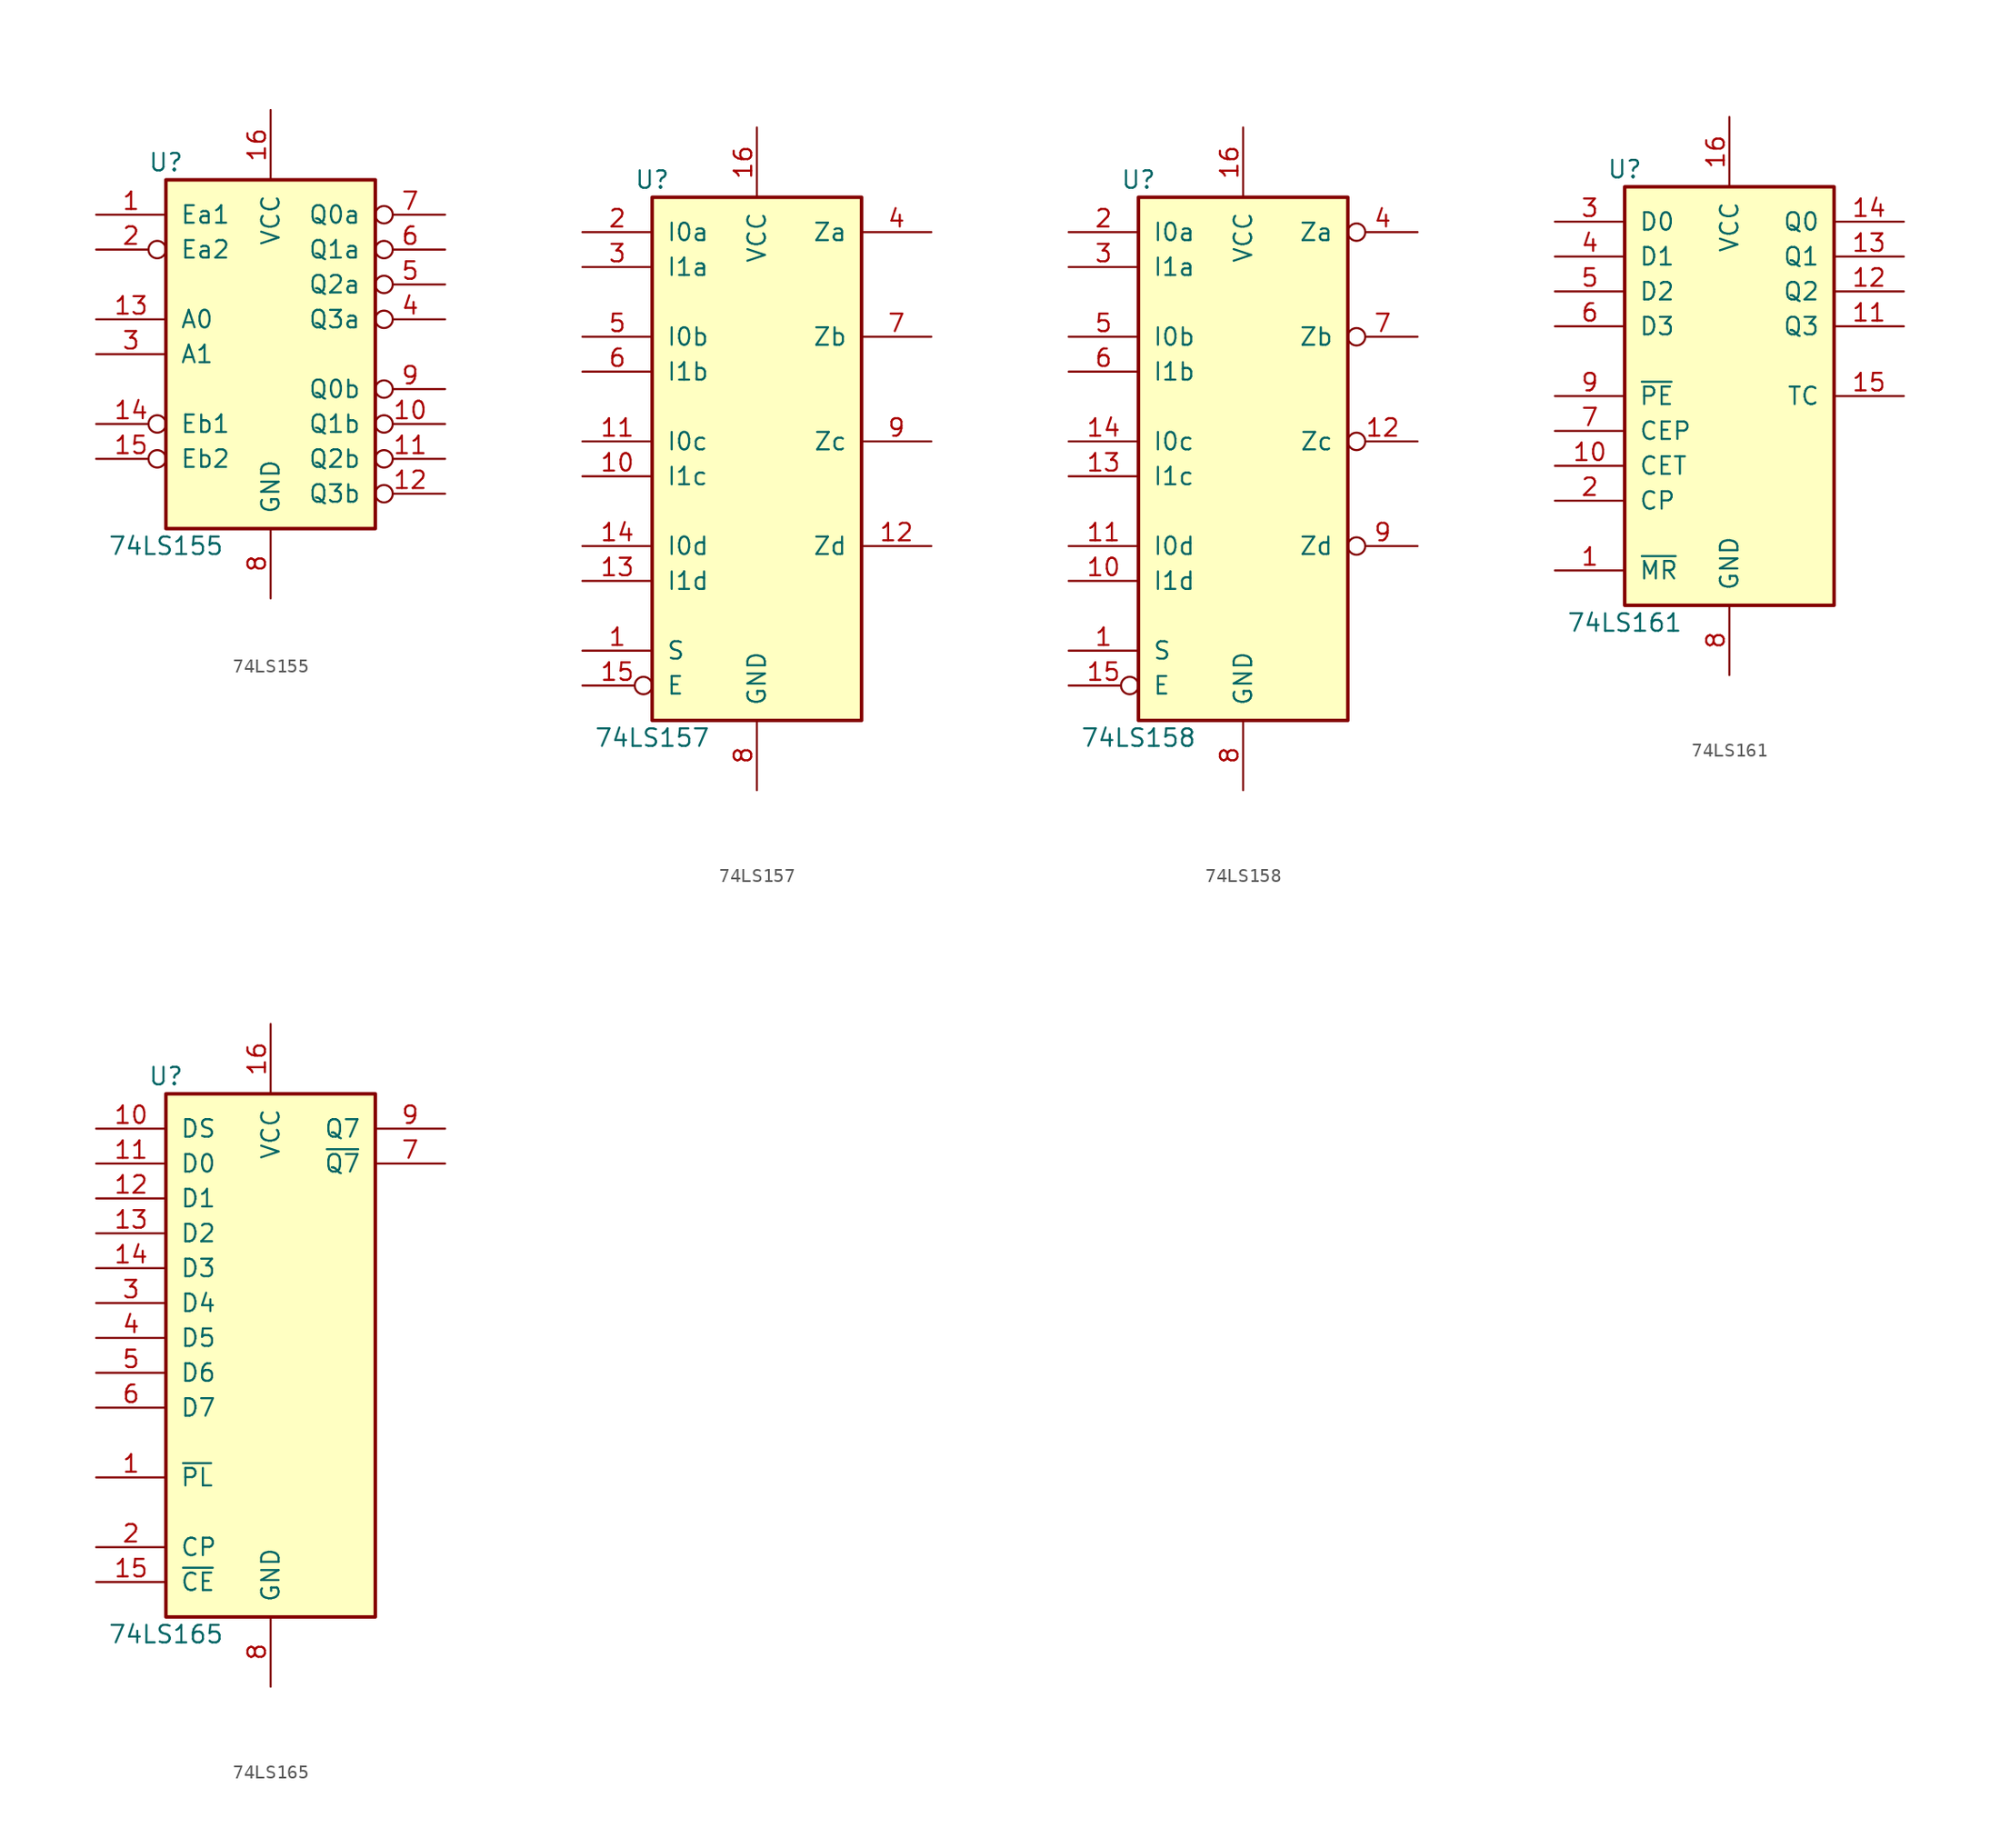
<source format=kicad_sym>
(kicad_symbol_lib
  (version 20201005)
  (generator kicad_symbol_editor)
  (symbol "74LS155"
    (pin_names
      (offset 1.016))
    (property "Reference" "U"
      (at -7.62 13.97 0)
      (effects (font (size 1.27 1.27))))
    (property "Value" "74LS155"
      (at -7.62 -13.97 0)
      (effects (font (size 1.27 1.27))))
    (property "ki_locked" ""
      (at 0 0 0)
      (effects (font (size 1.27 1.27))))
    (symbol "74LS155_1_0"
      (pin input line (at -12.7 10.16 0) (length 5.08) (name "Ea1" (effects (font (size 1.27 1.27)))) (number "1" (effects (font (size 1.27 1.27)))))
      (pin output inverted (at 12.7 -5.08 180) (length 5.08) (name "Q1b" (effects (font (size 1.27 1.27)))) (number "10" (effects (font (size 1.27 1.27)))))
      (pin output inverted (at 12.7 -7.62 180) (length 5.08) (name "Q2b" (effects (font (size 1.27 1.27)))) (number "11" (effects (font (size 1.27 1.27)))))
      (pin output inverted (at 12.7 -10.16 180) (length 5.08) (name "Q3b" (effects (font (size 1.27 1.27)))) (number "12" (effects (font (size 1.27 1.27)))))
      (pin input line (at -12.7 2.54 0) (length 5.08) (name "A0" (effects (font (size 1.27 1.27)))) (number "13" (effects (font (size 1.27 1.27)))))
      (pin input inverted (at -12.7 -5.08 0) (length 5.08) (name "Eb1" (effects (font (size 1.27 1.27)))) (number "14" (effects (font (size 1.27 1.27)))))
      (pin input inverted (at -12.7 -7.62 0) (length 5.08) (name "Eb2" (effects (font (size 1.27 1.27)))) (number "15" (effects (font (size 1.27 1.27)))))
      (pin power_in line (at 0 17.78 270) (length 5.08) (name "VCC" (effects (font (size 1.27 1.27)))) (number "16" (effects (font (size 1.27 1.27)))))
      (pin input inverted (at -12.7 7.62 0) (length 5.08) (name "Ea2" (effects (font (size 1.27 1.27)))) (number "2" (effects (font (size 1.27 1.27)))))
      (pin input line (at -12.7 0 0) (length 5.08) (name "A1" (effects (font (size 1.27 1.27)))) (number "3" (effects (font (size 1.27 1.27)))))
      (pin output inverted (at 12.7 2.54 180) (length 5.08) (name "Q3a" (effects (font (size 1.27 1.27)))) (number "4" (effects (font (size 1.27 1.27)))))
      (pin output inverted (at 12.7 5.08 180) (length 5.08) (name "Q2a" (effects (font (size 1.27 1.27)))) (number "5" (effects (font (size 1.27 1.27)))))
      (pin output inverted (at 12.7 7.62 180) (length 5.08) (name "Q1a" (effects (font (size 1.27 1.27)))) (number "6" (effects (font (size 1.27 1.27)))))
      (pin output inverted (at 12.7 10.16 180) (length 5.08) (name "Q0a" (effects (font (size 1.27 1.27)))) (number "7" (effects (font (size 1.27 1.27)))))
      (pin power_in line (at 0 -17.78 90) (length 5.08) (name "GND" (effects (font (size 1.27 1.27)))) (number "8" (effects (font (size 1.27 1.27)))))
      (pin output inverted (at 12.7 -2.54 180) (length 5.08) (name "Q0b" (effects (font (size 1.27 1.27)))) (number "9" (effects (font (size 1.27 1.27))))))
    (symbol "74LS155_1_1"
      (rectangle (start -7.62 12.7) (end 7.62 -12.7) (stroke (width 0.254)) (fill (type background)))))
  (symbol "74LS157"
    (pin_names
      (offset 1.016))
    (property "Reference" "U"
      (at -7.62 19.05 0)
      (effects (font (size 1.27 1.27))))
    (property "Value" "74LS157"
      (at -7.62 -21.59 0)
      (effects (font (size 1.27 1.27))))
    (property "ki_locked" ""
      (at 0 0 0)
      (effects (font (size 1.27 1.27))))
    (symbol "74LS157_1_0"
      (pin input line (at -12.7 -15.24 0) (length 5.08) (name "S" (effects (font (size 1.27 1.27)))) (number "1" (effects (font (size 1.27 1.27)))))
      (pin input line (at -12.7 -2.54 0) (length 5.08) (name "I1c" (effects (font (size 1.27 1.27)))) (number "10" (effects (font (size 1.27 1.27)))))
      (pin input line (at -12.7 0 0) (length 5.08) (name "I0c" (effects (font (size 1.27 1.27)))) (number "11" (effects (font (size 1.27 1.27)))))
      (pin output line (at 12.7 -7.62 180) (length 5.08) (name "Zd" (effects (font (size 1.27 1.27)))) (number "12" (effects (font (size 1.27 1.27)))))
      (pin input line (at -12.7 -10.16 0) (length 5.08) (name "I1d" (effects (font (size 1.27 1.27)))) (number "13" (effects (font (size 1.27 1.27)))))
      (pin input line (at -12.7 -7.62 0) (length 5.08) (name "I0d" (effects (font (size 1.27 1.27)))) (number "14" (effects (font (size 1.27 1.27)))))
      (pin input inverted (at -12.7 -17.78 0) (length 5.08) (name "E" (effects (font (size 1.27 1.27)))) (number "15" (effects (font (size 1.27 1.27)))))
      (pin power_in line (at 0 22.86 270) (length 5.08) (name "VCC" (effects (font (size 1.27 1.27)))) (number "16" (effects (font (size 1.27 1.27)))))
      (pin input line (at -12.7 15.24 0) (length 5.08) (name "I0a" (effects (font (size 1.27 1.27)))) (number "2" (effects (font (size 1.27 1.27)))))
      (pin input line (at -12.7 12.7 0) (length 5.08) (name "I1a" (effects (font (size 1.27 1.27)))) (number "3" (effects (font (size 1.27 1.27)))))
      (pin output line (at 12.7 15.24 180) (length 5.08) (name "Za" (effects (font (size 1.27 1.27)))) (number "4" (effects (font (size 1.27 1.27)))))
      (pin input line (at -12.7 7.62 0) (length 5.08) (name "I0b" (effects (font (size 1.27 1.27)))) (number "5" (effects (font (size 1.27 1.27)))))
      (pin input line (at -12.7 5.08 0) (length 5.08) (name "I1b" (effects (font (size 1.27 1.27)))) (number "6" (effects (font (size 1.27 1.27)))))
      (pin output line (at 12.7 7.62 180) (length 5.08) (name "Zb" (effects (font (size 1.27 1.27)))) (number "7" (effects (font (size 1.27 1.27)))))
      (pin power_in line (at 0 -25.4 90) (length 5.08) (name "GND" (effects (font (size 1.27 1.27)))) (number "8" (effects (font (size 1.27 1.27)))))
      (pin output line (at 12.7 0 180) (length 5.08) (name "Zc" (effects (font (size 1.27 1.27)))) (number "9" (effects (font (size 1.27 1.27))))))
    (symbol "74LS157_1_1"
      (rectangle (start -7.62 17.78) (end 7.62 -20.32) (stroke (width 0.254)) (fill (type background)))))
  (symbol "74LS158"
    (pin_names
      (offset 1.016))
    (property "Reference" "U"
      (at -7.62 19.05 0)
      (effects (font (size 1.27 1.27))))
    (property "Value" "74LS158"
      (at -7.62 -21.59 0)
      (effects (font (size 1.27 1.27))))
    (property "ki_locked" ""
      (at 0 0 0)
      (effects (font (size 1.27 1.27))))
    (symbol "74LS158_1_0"
      (pin input line (at -12.7 -15.24 0) (length 5.08) (name "S" (effects (font (size 1.27 1.27)))) (number "1" (effects (font (size 1.27 1.27)))))
      (pin input line (at -12.7 -10.16 0) (length 5.08) (name "I1d" (effects (font (size 1.27 1.27)))) (number "10" (effects (font (size 1.27 1.27)))))
      (pin input line (at -12.7 -7.62 0) (length 5.08) (name "I0d" (effects (font (size 1.27 1.27)))) (number "11" (effects (font (size 1.27 1.27)))))
      (pin output inverted (at 12.7 0 180) (length 5.08) (name "Zc" (effects (font (size 1.27 1.27)))) (number "12" (effects (font (size 1.27 1.27)))))
      (pin input line (at -12.7 -2.54 0) (length 5.08) (name "I1c" (effects (font (size 1.27 1.27)))) (number "13" (effects (font (size 1.27 1.27)))))
      (pin input line (at -12.7 0 0) (length 5.08) (name "I0c" (effects (font (size 1.27 1.27)))) (number "14" (effects (font (size 1.27 1.27)))))
      (pin input inverted (at -12.7 -17.78 0) (length 5.08) (name "E" (effects (font (size 1.27 1.27)))) (number "15" (effects (font (size 1.27 1.27)))))
      (pin power_in line (at 0 22.86 270) (length 5.08) (name "VCC" (effects (font (size 1.27 1.27)))) (number "16" (effects (font (size 1.27 1.27)))))
      (pin input line (at -12.7 15.24 0) (length 5.08) (name "I0a" (effects (font (size 1.27 1.27)))) (number "2" (effects (font (size 1.27 1.27)))))
      (pin input line (at -12.7 12.7 0) (length 5.08) (name "I1a" (effects (font (size 1.27 1.27)))) (number "3" (effects (font (size 1.27 1.27)))))
      (pin output inverted (at 12.7 15.24 180) (length 5.08) (name "Za" (effects (font (size 1.27 1.27)))) (number "4" (effects (font (size 1.27 1.27)))))
      (pin input line (at -12.7 7.62 0) (length 5.08) (name "I0b" (effects (font (size 1.27 1.27)))) (number "5" (effects (font (size 1.27 1.27)))))
      (pin input line (at -12.7 5.08 0) (length 5.08) (name "I1b" (effects (font (size 1.27 1.27)))) (number "6" (effects (font (size 1.27 1.27)))))
      (pin output inverted (at 12.7 7.62 180) (length 5.08) (name "Zb" (effects (font (size 1.27 1.27)))) (number "7" (effects (font (size 1.27 1.27)))))
      (pin power_in line (at 0 -25.4 90) (length 5.08) (name "GND" (effects (font (size 1.27 1.27)))) (number "8" (effects (font (size 1.27 1.27)))))
      (pin output inverted (at 12.7 -7.62 180) (length 5.08) (name "Zd" (effects (font (size 1.27 1.27)))) (number "9" (effects (font (size 1.27 1.27))))))
    (symbol "74LS158_1_1"
      (rectangle (start -7.62 17.78) (end 7.62 -20.32) (stroke (width 0.254)) (fill (type background)))))
  (symbol "74LS161"
    (pin_names
      (offset 1.016))
    (property "Reference" "U"
      (at -7.62 16.51 0)
      (effects (font (size 1.27 1.27))))
    (property "Value" "74LS161"
      (at -7.62 -16.51 0)
      (effects (font (size 1.27 1.27))))
    (property "ki_locked" ""
      (at 0 0 0)
      (effects (font (size 1.27 1.27))))
    (symbol "74LS161_1_0"
      (pin input line (at -12.7 -12.7 0) (length 5.08) (name "~MR" (effects (font (size 1.27 1.27)))) (number "1" (effects (font (size 1.27 1.27)))))
      (pin input line (at -12.7 -5.08 0) (length 5.08) (name "CET" (effects (font (size 1.27 1.27)))) (number "10" (effects (font (size 1.27 1.27)))))
      (pin output line (at 12.7 5.08 180) (length 5.08) (name "Q3" (effects (font (size 1.27 1.27)))) (number "11" (effects (font (size 1.27 1.27)))))
      (pin output line (at 12.7 7.62 180) (length 5.08) (name "Q2" (effects (font (size 1.27 1.27)))) (number "12" (effects (font (size 1.27 1.27)))))
      (pin output line (at 12.7 10.16 180) (length 5.08) (name "Q1" (effects (font (size 1.27 1.27)))) (number "13" (effects (font (size 1.27 1.27)))))
      (pin output line (at 12.7 12.7 180) (length 5.08) (name "Q0" (effects (font (size 1.27 1.27)))) (number "14" (effects (font (size 1.27 1.27)))))
      (pin output line (at 12.7 0 180) (length 5.08) (name "TC" (effects (font (size 1.27 1.27)))) (number "15" (effects (font (size 1.27 1.27)))))
      (pin power_in line (at 0 20.32 270) (length 5.08) (name "VCC" (effects (font (size 1.27 1.27)))) (number "16" (effects (font (size 1.27 1.27)))))
      (pin input line (at -12.7 -7.62 0) (length 5.08) (name "CP" (effects (font (size 1.27 1.27)))) (number "2" (effects (font (size 1.27 1.27)))))
      (pin input line (at -12.7 12.7 0) (length 5.08) (name "D0" (effects (font (size 1.27 1.27)))) (number "3" (effects (font (size 1.27 1.27)))))
      (pin input line (at -12.7 10.16 0) (length 5.08) (name "D1" (effects (font (size 1.27 1.27)))) (number "4" (effects (font (size 1.27 1.27)))))
      (pin input line (at -12.7 7.62 0) (length 5.08) (name "D2" (effects (font (size 1.27 1.27)))) (number "5" (effects (font (size 1.27 1.27)))))
      (pin input line (at -12.7 5.08 0) (length 5.08) (name "D3" (effects (font (size 1.27 1.27)))) (number "6" (effects (font (size 1.27 1.27)))))
      (pin input line (at -12.7 -2.54 0) (length 5.08) (name "CEP" (effects (font (size 1.27 1.27)))) (number "7" (effects (font (size 1.27 1.27)))))
      (pin power_in line (at 0 -20.32 90) (length 5.08) (name "GND" (effects (font (size 1.27 1.27)))) (number "8" (effects (font (size 1.27 1.27)))))
      (pin input line (at -12.7 0 0) (length 5.08) (name "~PE" (effects (font (size 1.27 1.27)))) (number "9" (effects (font (size 1.27 1.27))))))
    (symbol "74LS161_1_1"
      (rectangle (start -7.62 15.24) (end 7.62 -15.24) (stroke (width 0.254)) (fill (type background)))))
  (symbol "74LS165"
    (pin_names
      (offset 1.016))
    (property "Reference" "U"
      (at -7.62 19.05 0)
      (effects (font (size 1.27 1.27))))
    (property "Value" "74LS165"
      (at -7.62 -21.59 0)
      (effects (font (size 1.27 1.27))))
    (property "ki_locked" ""
      (at 0 0 0)
      (effects (font (size 1.27 1.27))))
    (symbol "74LS165_1_0"
      (pin input line (at -12.7 -10.16 0) (length 5.08) (name "~PL" (effects (font (size 1.27 1.27)))) (number "1" (effects (font (size 1.27 1.27)))))
      (pin input line (at -12.7 15.24 0) (length 5.08) (name "DS" (effects (font (size 1.27 1.27)))) (number "10" (effects (font (size 1.27 1.27)))))
      (pin input line (at -12.7 12.7 0) (length 5.08) (name "D0" (effects (font (size 1.27 1.27)))) (number "11" (effects (font (size 1.27 1.27)))))
      (pin input line (at -12.7 10.16 0) (length 5.08) (name "D1" (effects (font (size 1.27 1.27)))) (number "12" (effects (font (size 1.27 1.27)))))
      (pin input line (at -12.7 7.62 0) (length 5.08) (name "D2" (effects (font (size 1.27 1.27)))) (number "13" (effects (font (size 1.27 1.27)))))
      (pin input line (at -12.7 5.08 0) (length 5.08) (name "D3" (effects (font (size 1.27 1.27)))) (number "14" (effects (font (size 1.27 1.27)))))
      (pin input line (at -12.7 -17.78 0) (length 5.08) (name "~CE" (effects (font (size 1.27 1.27)))) (number "15" (effects (font (size 1.27 1.27)))))
      (pin power_in line (at 0 22.86 270) (length 5.08) (name "VCC" (effects (font (size 1.27 1.27)))) (number "16" (effects (font (size 1.27 1.27)))))
      (pin input line (at -12.7 -15.24 0) (length 5.08) (name "CP" (effects (font (size 1.27 1.27)))) (number "2" (effects (font (size 1.27 1.27)))))
      (pin input line (at -12.7 2.54 0) (length 5.08) (name "D4" (effects (font (size 1.27 1.27)))) (number "3" (effects (font (size 1.27 1.27)))))
      (pin input line (at -12.7 0 0) (length 5.08) (name "D5" (effects (font (size 1.27 1.27)))) (number "4" (effects (font (size 1.27 1.27)))))
      (pin input line (at -12.7 -2.54 0) (length 5.08) (name "D6" (effects (font (size 1.27 1.27)))) (number "5" (effects (font (size 1.27 1.27)))))
      (pin input line (at -12.7 -5.08 0) (length 5.08) (name "D7" (effects (font (size 1.27 1.27)))) (number "6" (effects (font (size 1.27 1.27)))))
      (pin output line (at 12.7 12.7 180) (length 5.08) (name "~Q7" (effects (font (size 1.27 1.27)))) (number "7" (effects (font (size 1.27 1.27)))))
      (pin power_in line (at 0 -25.4 90) (length 5.08) (name "GND" (effects (font (size 1.27 1.27)))) (number "8" (effects (font (size 1.27 1.27)))))
      (pin output line (at 12.7 15.24 180) (length 5.08) (name "Q7" (effects (font (size 1.27 1.27)))) (number "9" (effects (font (size 1.27 1.27))))))
    (symbol "74LS165_1_1"
      (rectangle (start -7.62 17.78) (end 7.62 -20.32) (stroke (width 0.254)) (fill (type background))))))
</source>
